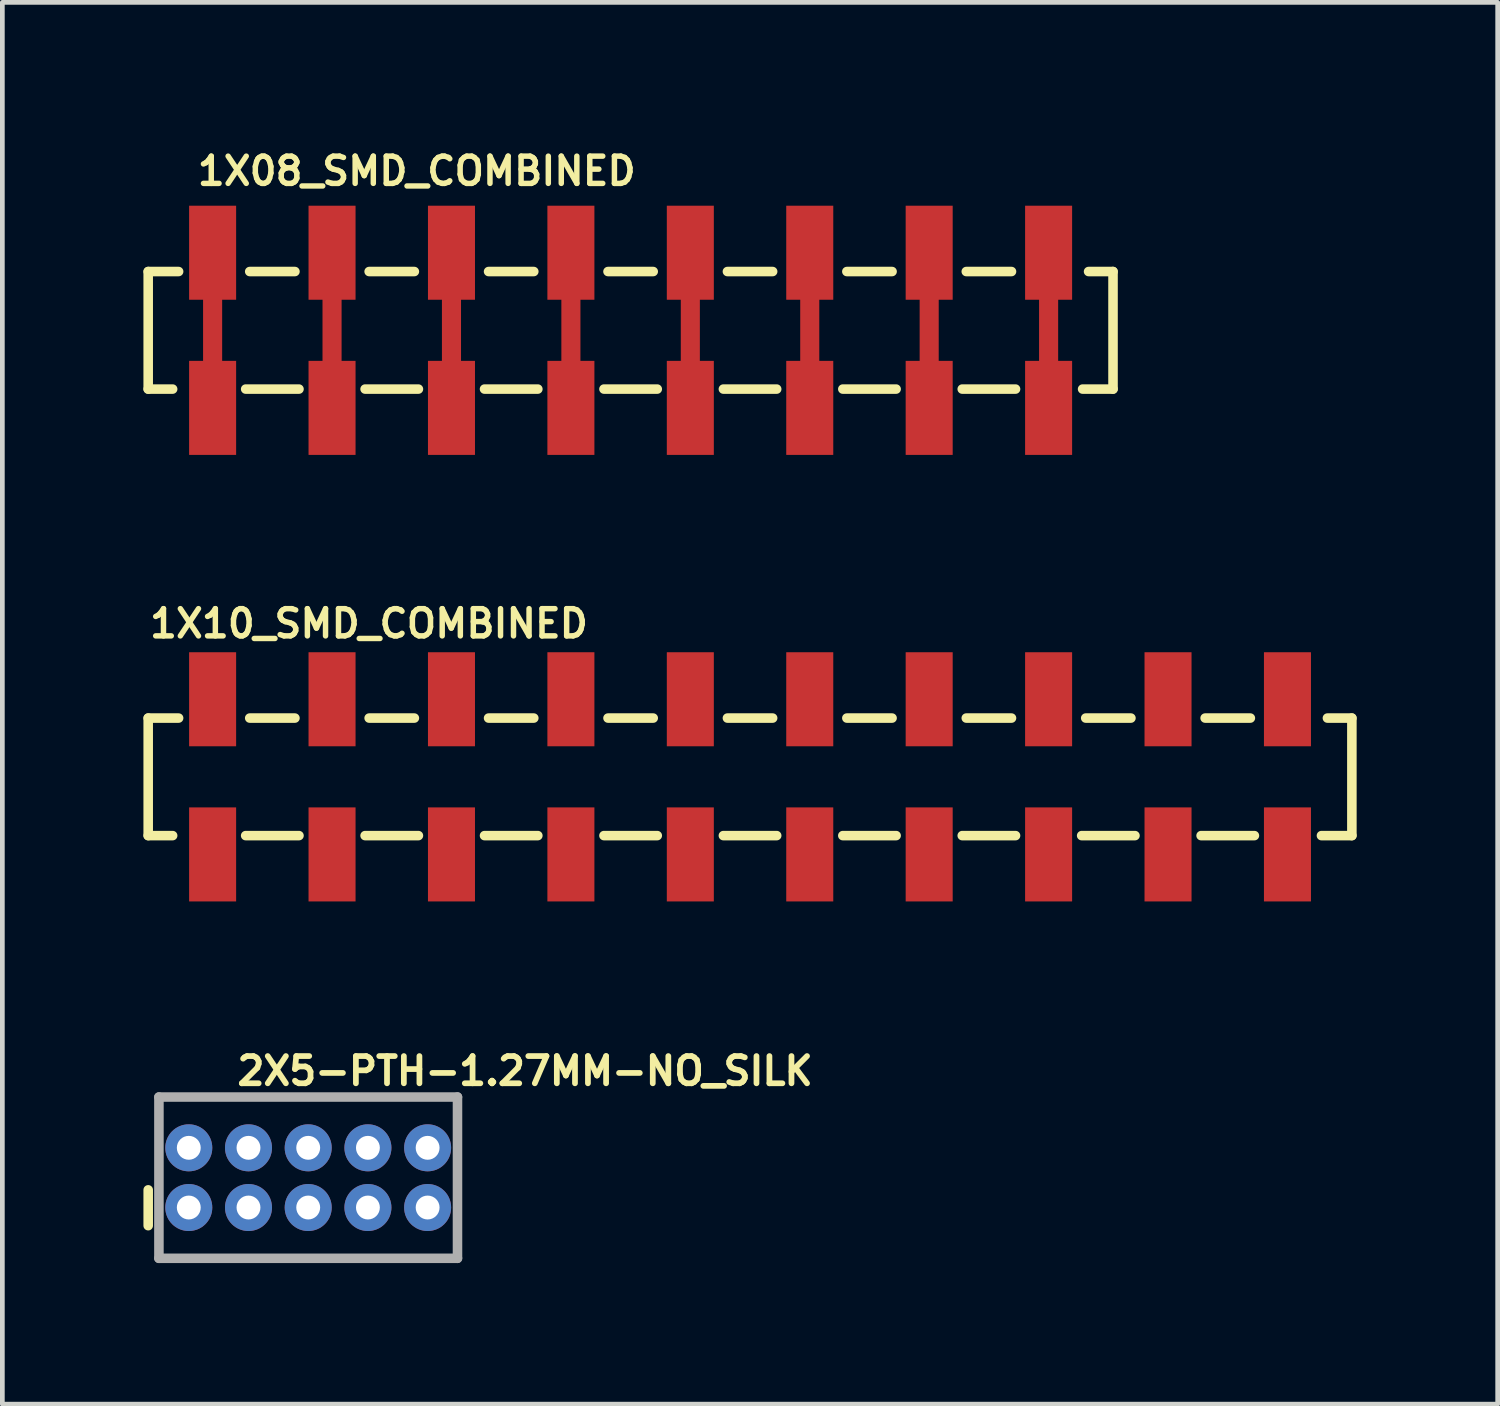
<source format=kicad_pcb>
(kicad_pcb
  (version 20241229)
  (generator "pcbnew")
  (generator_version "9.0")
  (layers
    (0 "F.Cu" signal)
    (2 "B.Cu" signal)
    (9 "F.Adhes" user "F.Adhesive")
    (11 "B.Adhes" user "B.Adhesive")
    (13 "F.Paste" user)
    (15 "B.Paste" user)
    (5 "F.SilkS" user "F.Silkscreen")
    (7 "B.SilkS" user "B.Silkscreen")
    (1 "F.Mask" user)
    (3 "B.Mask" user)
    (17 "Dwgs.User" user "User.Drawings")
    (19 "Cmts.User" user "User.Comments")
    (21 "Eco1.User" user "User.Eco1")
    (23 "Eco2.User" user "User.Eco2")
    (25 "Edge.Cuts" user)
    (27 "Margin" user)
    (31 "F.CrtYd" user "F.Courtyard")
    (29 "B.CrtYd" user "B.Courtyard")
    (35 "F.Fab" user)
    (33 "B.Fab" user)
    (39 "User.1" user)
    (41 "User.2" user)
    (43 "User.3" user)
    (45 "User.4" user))
  (footprint "2X5-PTH-1.27MM-NO_SILK"
    (layer "F.Cu")
    (at 3.505 21.997)
    (property "Reference" "2X5-PTH-1.27MM-NO_SILK" (at -1.575 -1.93 0) (layer "F.SilkS") (effects (font (size 0.579 0.579) (thickness 0.122)) (justify left bottom)))
    (attr through_hole)
    (fp_line (start -3.403 1.021) (end -3.403 0.259) (stroke (width 0.203) (type solid)) (layer "F.SilkS"))
    (fp_line (start -3.175 -1.715) (end -3.175 1.715) (stroke (width 0.203) (type solid)) (layer "F.Fab"))
    (fp_line (start -3.175 1.715) (end 3.175 1.715) (stroke (width 0.203) (type solid)) (layer "F.Fab"))
    (fp_line (start 3.175 -1.715) (end -3.175 -1.715) (stroke (width 0.203) (type solid)) (layer "F.Fab"))
    (fp_line (start 3.175 1.715) (end 3.175 -1.715) (stroke (width 0.203) (type solid)) (layer "F.Fab"))
    (pad "1" thru_hole circle (at -2.54 0.635) (size 1 1) (drill 0.508) (layers "*.Cu" "*.Mask"))
    (pad "2" thru_hole circle (at -2.54 -0.635) (size 1 1) (drill 0.508) (layers "*.Cu" "*.Mask"))
    (pad "3" thru_hole circle (at -1.27 0.635) (size 1 1) (drill 0.508) (layers "*.Cu" "*.Mask"))
    (pad "4" thru_hole circle (at -1.27 -0.635) (size 1 1) (drill 0.508) (layers "*.Cu" "*.Mask"))
    (pad "5" thru_hole circle (at 0 0.635) (size 1 1) (drill 0.508) (layers "*.Cu" "*.Mask"))
    (pad "6" thru_hole circle (at 0 -0.635) (size 1 1) (drill 0.508) (layers "*.Cu" "*.Mask"))
    (pad "7" thru_hole circle (at 1.27 0.635) (size 1 1) (drill 0.508) (layers "*.Cu" "*.Mask"))
    (pad "8" thru_hole circle (at 1.27 -0.635) (size 1 1) (drill 0.508) (layers "*.Cu" "*.Mask"))
    (pad "9" thru_hole circle (at 2.54 0.635) (size 1 1) (drill 0.508) (layers "*.Cu" "*.Mask"))
    (pad "10" thru_hole circle (at 2.54 -0.635) (size 1 1) (drill 0.508) (layers "*.Cu" "*.Mask")))
  (footprint "1X08_SMD_COMBINED"
    (layer "F.Cu")
    (at 1.472 3.975)
    (property "Reference" "1X08_SMD_COMBINED" (at -0.381 -3.048 180) (layer "F.SilkS") (effects (font (size 0.579 0.579) (thickness 0.116)) (justify left bottom)))
    (attr through_hole)
    (fp_line (start 0 -1.27) (end 0 1.27) (stroke (width 0.406) (type solid)) (layer "F.Cu"))
    (fp_line (start 2.54 -1.27) (end 2.54 1.27) (stroke (width 0.406) (type solid)) (layer "F.Cu"))
    (fp_line (start 5.08 -1.27) (end 5.08 1.27) (stroke (width 0.406) (type solid)) (layer "F.Cu"))
    (fp_line (start 7.62 -1.27) (end 7.62 1.27) (stroke (width 0.406) (type solid)) (layer "F.Cu"))
    (fp_line (start 10.16 -1.27) (end 10.16 1.27) (stroke (width 0.406) (type solid)) (layer "F.Cu"))
    (fp_line (start 12.7 -1.27) (end 12.7 1.27) (stroke (width 0.406) (type solid)) (layer "F.Cu"))
    (fp_line (start 15.24 -1.27) (end 15.24 1.27) (stroke (width 0.406) (type solid)) (layer "F.Cu"))
    (fp_line (start 17.78 -1.27) (end 17.78 1.27) (stroke (width 0.406) (type solid)) (layer "F.Cu"))
    (fp_line (start -1.37 -1.25) (end -0.723 -1.25) (stroke (width 0.203) (type solid)) (layer "F.SilkS"))
    (fp_line (start -1.37 1.25) (end -1.37 -1.25) (stroke (width 0.203) (type solid)) (layer "F.SilkS"))
    (fp_line (start -0.85 1.25) (end -1.37 1.25) (stroke (width 0.203) (type solid)) (layer "F.SilkS"))
    (fp_line (start 0.789 -1.25) (end 1.751 -1.25) (stroke (width 0.203) (type solid)) (layer "F.SilkS"))
    (fp_line (start 1.837 1.25) (end 0.703 1.25) (stroke (width 0.203) (type solid)) (layer "F.SilkS"))
    (fp_line (start 3.329 -1.25) (end 4.291 -1.25) (stroke (width 0.203) (type solid)) (layer "F.SilkS"))
    (fp_line (start 4.377 1.25) (end 3.243 1.25) (stroke (width 0.203) (type solid)) (layer "F.SilkS"))
    (fp_line (start 5.869 -1.25) (end 6.831 -1.25) (stroke (width 0.203) (type solid)) (layer "F.SilkS"))
    (fp_line (start 6.917 1.25) (end 5.783 1.25) (stroke (width 0.203) (type solid)) (layer "F.SilkS"))
    (fp_line (start 8.409 -1.25) (end 9.371 -1.25) (stroke (width 0.203) (type solid)) (layer "F.SilkS"))
    (fp_line (start 9.457 1.25) (end 8.323 1.25) (stroke (width 0.203) (type solid)) (layer "F.SilkS"))
    (fp_line (start 10.949 -1.25) (end 11.911 -1.25) (stroke (width 0.203) (type solid)) (layer "F.SilkS"))
    (fp_line (start 11.997 1.25) (end 10.863 1.25) (stroke (width 0.203) (type solid)) (layer "F.SilkS"))
    (fp_line (start 13.489 -1.25) (end 14.451 -1.25) (stroke (width 0.203) (type solid)) (layer "F.SilkS"))
    (fp_line (start 14.537 1.25) (end 13.403 1.25) (stroke (width 0.203) (type solid)) (layer "F.SilkS"))
    (fp_line (start 16.029 -1.25) (end 16.991 -1.25) (stroke (width 0.203) (type solid)) (layer "F.SilkS"))
    (fp_line (start 17.077 1.25) (end 15.943 1.25) (stroke (width 0.203) (type solid)) (layer "F.SilkS"))
    (fp_line (start 18.63 -1.25) (end 19.15 -1.25) (stroke (width 0.203) (type solid)) (layer "F.SilkS"))
    (fp_line (start 19.15 -1.25) (end 19.15 1.25) (stroke (width 0.203) (type solid)) (layer "F.SilkS"))
    (fp_line (start 19.15 1.25) (end 18.503 1.25) (stroke (width 0.203) (type solid)) (layer "F.SilkS"))
    (pad "1" smd rect (at 0 -1.65 90) (size 2 1) (layers "F.Cu" "F.Mask" "F.Paste"))
    (pad "1@2" smd rect (at 0 1.65 270) (size 2 1) (layers "F.Cu" "F.Mask" "F.Paste"))
    (pad "2" smd rect (at 2.54 1.65 90) (size 2 1) (layers "F.Cu" "F.Mask" "F.Paste"))
    (pad "2@2" smd rect (at 2.54 -1.65 270) (size 2 1) (layers "F.Cu" "F.Mask" "F.Paste"))
    (pad "3" smd rect (at 5.08 -1.65 90) (size 2 1) (layers "F.Cu" "F.Mask" "F.Paste"))
    (pad "3@2" smd rect (at 5.08 1.65 270) (size 2 1) (layers "F.Cu" "F.Mask" "F.Paste"))
    (pad "4" smd rect (at 7.62 1.65 90) (size 2 1) (layers "F.Cu" "F.Mask" "F.Paste"))
    (pad "4@2" smd rect (at 7.62 -1.65 270) (size 2 1) (layers "F.Cu" "F.Mask" "F.Paste"))
    (pad "5" smd rect (at 10.16 -1.65 90) (size 2 1) (layers "F.Cu" "F.Mask" "F.Paste"))
    (pad "5@2" smd rect (at 10.16 1.65 270) (size 2 1) (layers "F.Cu" "F.Mask" "F.Paste"))
    (pad "6" smd rect (at 12.7 1.65 90) (size 2 1) (layers "F.Cu" "F.Mask" "F.Paste"))
    (pad "6@2" smd rect (at 12.7 -1.65 270) (size 2 1) (layers "F.Cu" "F.Mask" "F.Paste"))
    (pad "7" smd rect (at 15.24 -1.65 90) (size 2 1) (layers "F.Cu" "F.Mask" "F.Paste"))
    (pad "7@2" smd rect (at 15.24 1.65 270) (size 2 1) (layers "F.Cu" "F.Mask" "F.Paste"))
    (pad "8" smd rect (at 17.78 1.65 270) (size 2 1) (layers "F.Cu" "F.Mask" "F.Paste"))
    (pad "8@2" smd rect (at 17.78 -1.65 270) (size 2 1) (layers "F.Cu" "F.Mask" "F.Paste")))
  (footprint "1X10_SMD_COMBINED"
    (layer "F.Cu")
    (at 1.472 13.472)
    (property "Reference" "1X10_SMD_COMBINED" (at -1.397 -2.921 0) (layer "F.SilkS") (effects (font (size 0.579 0.579) (thickness 0.116)) (justify left bottom)))
    (attr through_hole)
    (fp_line (start -1.37 -1.25) (end -0.723 -1.25) (stroke (width 0.203) (type solid)) (layer "F.SilkS"))
    (fp_line (start -1.37 1.25) (end -1.37 -1.25) (stroke (width 0.203) (type solid)) (layer "F.SilkS"))
    (fp_line (start -0.85 1.25) (end -1.37 1.25) (stroke (width 0.203) (type solid)) (layer "F.SilkS"))
    (fp_line (start 0.789 -1.25) (end 1.751 -1.25) (stroke (width 0.203) (type solid)) (layer "F.SilkS"))
    (fp_line (start 1.837 1.25) (end 0.703 1.25) (stroke (width 0.203) (type solid)) (layer "F.SilkS"))
    (fp_line (start 3.329 -1.25) (end 4.291 -1.25) (stroke (width 0.203) (type solid)) (layer "F.SilkS"))
    (fp_line (start 4.377 1.25) (end 3.243 1.25) (stroke (width 0.203) (type solid)) (layer "F.SilkS"))
    (fp_line (start 5.869 -1.25) (end 6.831 -1.25) (stroke (width 0.203) (type solid)) (layer "F.SilkS"))
    (fp_line (start 6.917 1.25) (end 5.783 1.25) (stroke (width 0.203) (type solid)) (layer "F.SilkS"))
    (fp_line (start 8.409 -1.25) (end 9.371 -1.25) (stroke (width 0.203) (type solid)) (layer "F.SilkS"))
    (fp_line (start 9.457 1.25) (end 8.323 1.25) (stroke (width 0.203) (type solid)) (layer "F.SilkS"))
    (fp_line (start 10.949 -1.25) (end 11.911 -1.25) (stroke (width 0.203) (type solid)) (layer "F.SilkS"))
    (fp_line (start 11.997 1.25) (end 10.863 1.25) (stroke (width 0.203) (type solid)) (layer "F.SilkS"))
    (fp_line (start 13.489 -1.25) (end 14.451 -1.25) (stroke (width 0.203) (type solid)) (layer "F.SilkS"))
    (fp_line (start 14.537 1.25) (end 13.403 1.25) (stroke (width 0.203) (type solid)) (layer "F.SilkS"))
    (fp_line (start 16.029 -1.25) (end 16.991 -1.25) (stroke (width 0.203) (type solid)) (layer "F.SilkS"))
    (fp_line (start 17.077 1.25) (end 15.943 1.25) (stroke (width 0.203) (type solid)) (layer "F.SilkS"))
    (fp_line (start 18.569 -1.25) (end 19.531 -1.25) (stroke (width 0.203) (type solid)) (layer "F.SilkS"))
    (fp_line (start 19.617 1.25) (end 18.483 1.25) (stroke (width 0.203) (type solid)) (layer "F.SilkS"))
    (fp_line (start 21.109 -1.25) (end 22.071 -1.25) (stroke (width 0.203) (type solid)) (layer "F.SilkS"))
    (fp_line (start 22.157 1.25) (end 21.023 1.25) (stroke (width 0.203) (type solid)) (layer "F.SilkS"))
    (fp_line (start 23.71 -1.25) (end 24.23 -1.25) (stroke (width 0.203) (type solid)) (layer "F.SilkS"))
    (fp_line (start 24.23 -1.25) (end 24.23 1.25) (stroke (width 0.203) (type solid)) (layer "F.SilkS"))
    (fp_line (start 24.23 1.25) (end 23.583 1.25) (stroke (width 0.203) (type solid)) (layer "F.SilkS"))
    (pad "1A" smd rect (at 0 -1.65 90) (size 2 1) (layers "F.Cu" "F.Mask" "F.Paste"))
    (pad "1B" smd rect (at 0 1.65 270) (size 2 1) (layers "F.Cu" "F.Mask" "F.Paste"))
    (pad "2A" smd rect (at 2.54 -1.65 270) (size 2 1) (layers "F.Cu" "F.Mask" "F.Paste"))
    (pad "2B" smd rect (at 2.54 1.65 90) (size 2 1) (layers "F.Cu" "F.Mask" "F.Paste"))
    (pad "3A" smd rect (at 5.08 -1.65 90) (size 2 1) (layers "F.Cu" "F.Mask" "F.Paste"))
    (pad "3B" smd rect (at 5.08 1.65 270) (size 2 1) (layers "F.Cu" "F.Mask" "F.Paste"))
    (pad "4A" smd rect (at 7.62 -1.65 270) (size 2 1) (layers "F.Cu" "F.Mask" "F.Paste"))
    (pad "4B" smd rect (at 7.62 1.65 90) (size 2 1) (layers "F.Cu" "F.Mask" "F.Paste"))
    (pad "5A" smd rect (at 10.16 -1.65 90) (size 2 1) (layers "F.Cu" "F.Mask" "F.Paste"))
    (pad "5B" smd rect (at 10.16 1.65 270) (size 2 1) (layers "F.Cu" "F.Mask" "F.Paste"))
    (pad "6A" smd rect (at 12.7 -1.65 270) (size 2 1) (layers "F.Cu" "F.Mask" "F.Paste"))
    (pad "6B" smd rect (at 12.7 1.65 90) (size 2 1) (layers "F.Cu" "F.Mask" "F.Paste"))
    (pad "7A" smd rect (at 15.24 -1.65 90) (size 2 1) (layers "F.Cu" "F.Mask" "F.Paste"))
    (pad "7B" smd rect (at 15.24 1.65 270) (size 2 1) (layers "F.Cu" "F.Mask" "F.Paste"))
    (pad "8A" smd rect (at 17.78 -1.65 270) (size 2 1) (layers "F.Cu" "F.Mask" "F.Paste"))
    (pad "8B" smd rect (at 17.78 1.65 270) (size 2 1) (layers "F.Cu" "F.Mask" "F.Paste"))
    (pad "9A" smd rect (at 20.32 -1.65 270) (size 2 1) (layers "F.Cu" "F.Mask" "F.Paste"))
    (pad "9B" smd rect (at 20.32 1.65 270) (size 2 1) (layers "F.Cu" "F.Mask" "F.Paste"))
    (pad "10A" smd rect (at 22.86 -1.65 270) (size 2 1) (layers "F.Cu" "F.Mask" "F.Paste"))
    (pad "10B" smd rect (at 22.86 1.65 270) (size 2 1) (layers "F.Cu" "F.Mask" "F.Paste")))
  (gr_rect
    (start -3 -3)
    (end 28.803 26.814)
    (stroke (width 0.1) (type default))
    (fill no)
    (layer "Edge.Cuts")))
</source>
